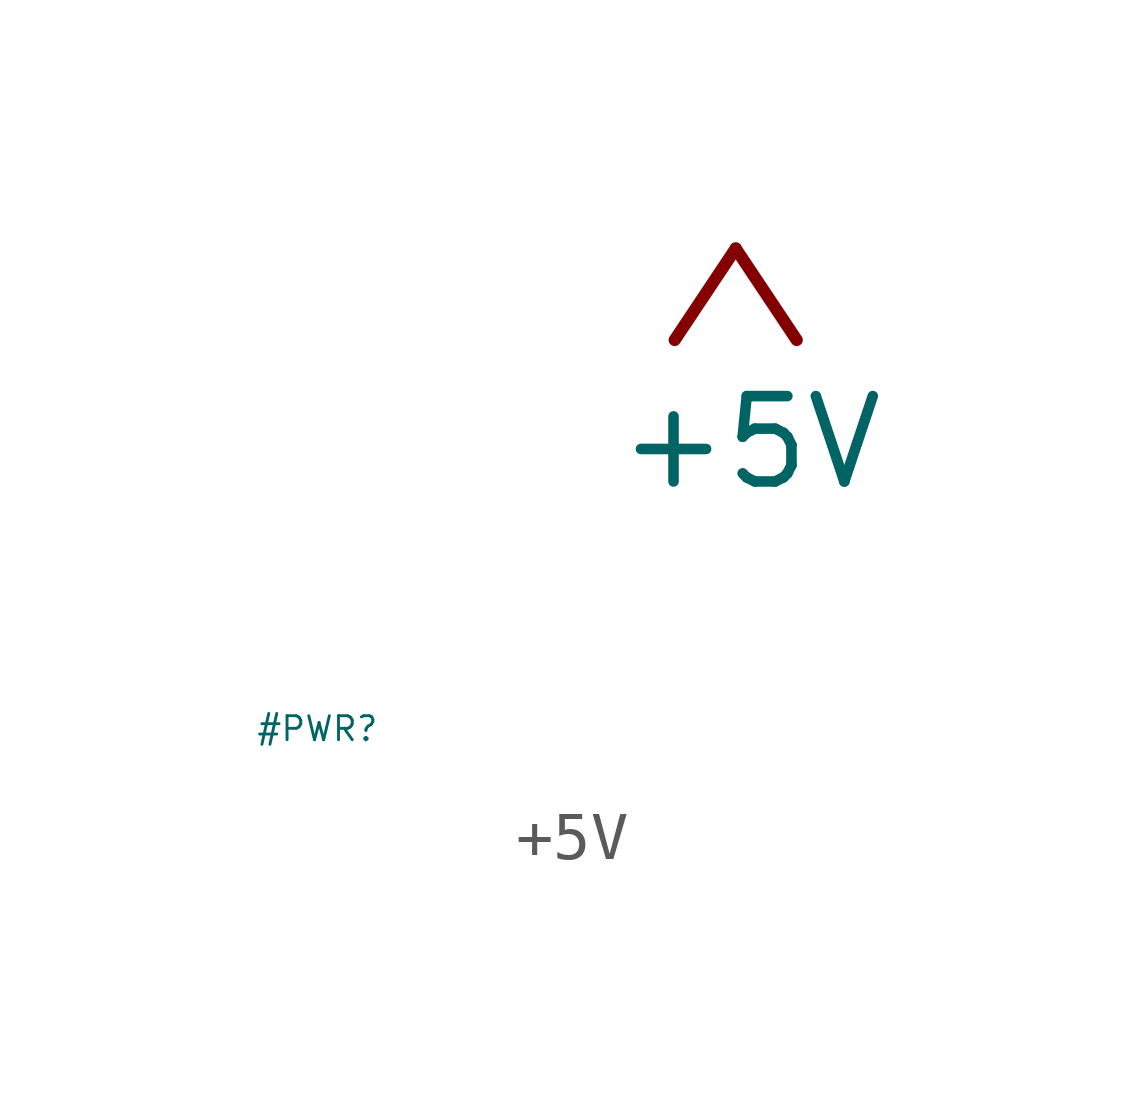
<source format=kicad_sym>
(kicad_symbol_lib
  (version 20220914)
  (generator Eagle2Kicad)
  (symbol "+5V"
    (power)
    (pin_names
      (offset 0))
    (property "Reference" "#PWR"
      (at -10 -10 0)
      (effects (font (size 0.5 0.5) (thickness 0.06)) (justify left)))
    (property "Value" "+5V"
      (at -2.54 -5.08 0)
      (effects (font (size 1.778 1.778) (thickness 0.22)) (justify left bottom)))
    (polyline
      (pts (xy 1.27 -1.905) (xy 0 0))
      (stroke (width 0.254) (type default))
      (fill (type none)))
    (polyline
      (pts (xy 0 0) (xy -1.27 -1.905))
      (stroke (width 0.254) (type default))
      (fill (type none)))
    (pin power_in line
      (at 0 -2.54 90)
      (length 2.54) hide
      (name "+5V" (effects (font (size 0.635 0.635) (thickness 0.08)) (justify left bottom)))
      (number "1" (effects (font (size 0.635 0.635) (thickness 0.08)) (justify left bottom))))))
</source>
